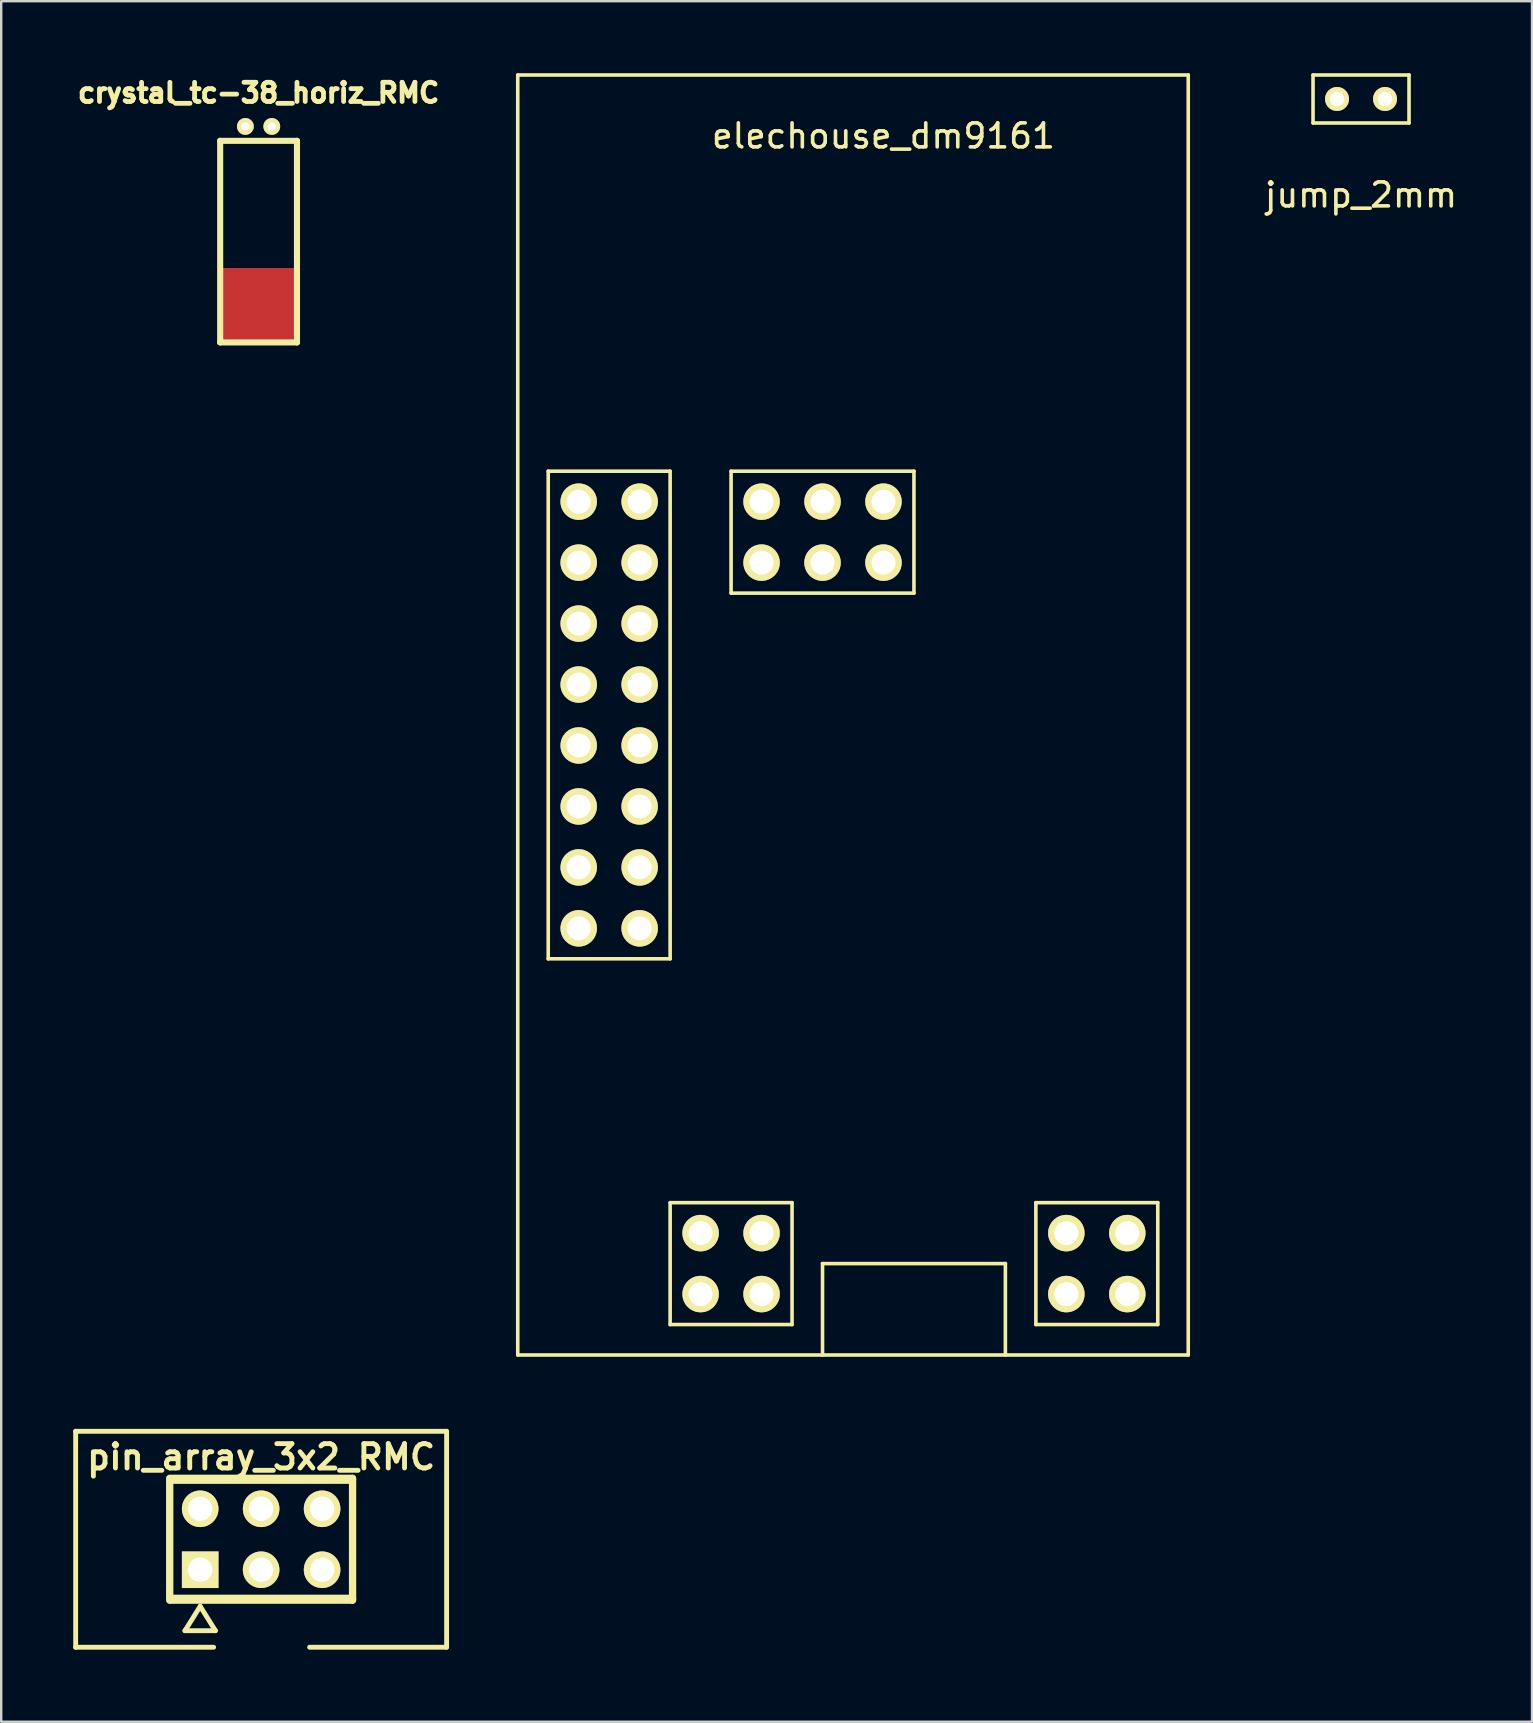
<source format=kicad_pcb>
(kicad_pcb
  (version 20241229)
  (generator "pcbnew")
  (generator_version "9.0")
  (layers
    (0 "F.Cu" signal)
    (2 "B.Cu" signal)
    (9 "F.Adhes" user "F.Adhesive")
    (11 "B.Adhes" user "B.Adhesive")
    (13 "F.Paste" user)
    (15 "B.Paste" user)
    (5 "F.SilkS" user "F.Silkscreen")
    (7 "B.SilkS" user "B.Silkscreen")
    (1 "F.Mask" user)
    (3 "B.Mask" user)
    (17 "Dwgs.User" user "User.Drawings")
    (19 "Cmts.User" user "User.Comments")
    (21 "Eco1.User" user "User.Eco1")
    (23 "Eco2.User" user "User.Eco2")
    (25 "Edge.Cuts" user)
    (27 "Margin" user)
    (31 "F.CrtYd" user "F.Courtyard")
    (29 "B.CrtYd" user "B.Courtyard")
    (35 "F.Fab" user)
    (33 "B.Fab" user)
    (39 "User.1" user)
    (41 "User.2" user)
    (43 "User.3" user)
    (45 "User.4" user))
  (footprint "jump_2mm"
    (layer "F.Cu")
    (at 53.665 1.075)
    (property "Reference" "jump_2mm" (at 0 4 0) (layer "F.SilkS") (effects (font (size 1 1) (thickness 0.15))))
    (attr through_hole)
    (fp_line (start -2 -1) (end -2 1) (stroke (width 0.15) (type solid)) (layer "F.SilkS"))
    (fp_line (start -2 1) (end 2 1) (stroke (width 0.15) (type solid)) (layer "F.SilkS"))
    (fp_line (start 2 -1) (end -2 -1) (stroke (width 0.15) (type solid)) (layer "F.SilkS"))
    (fp_line (start 2 1) (end 2 -1) (stroke (width 0.15) (type solid)) (layer "F.SilkS"))
    (pad "1" thru_hole circle (at -1 0) (size 1 1) (drill 0.6) (layers "*.Cu" "*.Mask" "F.SilkS"))
    (pad "2" thru_hole circle (at 1 0) (size 1 1) (drill 0.6) (layers "*.Cu" "*.Mask" "F.SilkS")))
  (footprint "crystal_tc-38_horiz_RMC"
    (layer "F.Cu")
    (at 7.725 6.619)
    (property "Reference" "crystal_tc-38_horiz_RMC" (at 0 -5.8 0) (layer "F.SilkS") (effects (font (size 0.8 0.8) (thickness 0.2))))
    (attr through_hole)
    (fp_line (start -1.6 -3.8) (end -1.6 4.6) (stroke (width 0.254) (type solid)) (layer "F.SilkS"))
    (fp_line (start -1.6 -3.8) (end 1.6 -3.8) (stroke (width 0.254) (type solid)) (layer "F.SilkS"))
    (fp_line (start -1.6 4.6) (end 1.6 4.6) (stroke (width 0.254) (type solid)) (layer "F.SilkS"))
    (fp_line (start 1.6 -3.8) (end 1.6 4.6) (stroke (width 0.254) (type solid)) (layer "F.SilkS"))
    (pad "" smd rect (at 0 3) (size 3 3) (layers "F.Cu" "F.Mask" "F.Paste"))
    (pad "1" thru_hole circle (at -0.55 -4.4) (size 0.7 0.7) (drill 0.35) (layers "*.Cu" "*.Mask" "F.SilkS"))
    (pad "2" thru_hole circle (at 0.55 -4.4) (size 0.7 0.7) (drill 0.35) (layers "*.Cu" "*.Mask" "F.SilkS")))
  (footprint "elechouse_dm9161"
    (layer "F.Cu")
    (at 21.065 50.875)
    (property "Reference" "elechouse_dm9161" (at 12.7 -48.26 0) (layer "F.SilkS") (effects (font (size 1 1) (thickness 0.15))))
    (attr through_hole)
    (fp_line (start -2.54 -50.8) (end -2.54 2.54) (stroke (width 0.15) (type solid)) (layer "F.SilkS"))
    (fp_line (start -2.54 2.54) (end 25.4 2.54) (stroke (width 0.15) (type solid)) (layer "F.SilkS"))
    (fp_line (start -1.27 -34.29) (end -1.27 -13.97) (stroke (width 0.15) (type solid)) (layer "F.SilkS"))
    (fp_line (start -1.27 -13.97) (end 3.81 -13.97) (stroke (width 0.15) (type solid)) (layer "F.SilkS"))
    (fp_line (start 3.81 -34.29) (end -1.27 -34.29) (stroke (width 0.15) (type solid)) (layer "F.SilkS"))
    (fp_line (start 3.81 -13.97) (end 3.81 -34.29) (stroke (width 0.15) (type solid)) (layer "F.SilkS"))
    (fp_line (start 3.81 -3.81) (end 3.81 1.27) (stroke (width 0.15) (type solid)) (layer "F.SilkS"))
    (fp_line (start 3.81 1.27) (end 8.89 1.27) (stroke (width 0.15) (type solid)) (layer "F.SilkS"))
    (fp_line (start 6.35 -34.29) (end 13.97 -34.29) (stroke (width 0.15) (type solid)) (layer "F.SilkS"))
    (fp_line (start 6.35 -29.21) (end 6.35 -34.29) (stroke (width 0.15) (type solid)) (layer "F.SilkS"))
    (fp_line (start 8.89 -3.81) (end 3.81 -3.81) (stroke (width 0.15) (type solid)) (layer "F.SilkS"))
    (fp_line (start 8.89 1.27) (end 8.89 -3.81) (stroke (width 0.15) (type solid)) (layer "F.SilkS"))
    (fp_line (start 10.16 -1.27) (end 17.78 -1.27) (stroke (width 0.15) (type solid)) (layer "F.SilkS"))
    (fp_line (start 10.16 2.54) (end 10.16 -1.27) (stroke (width 0.15) (type solid)) (layer "F.SilkS"))
    (fp_line (start 13.97 -34.29) (end 13.97 -29.21) (stroke (width 0.15) (type solid)) (layer "F.SilkS"))
    (fp_line (start 13.97 -29.21) (end 6.35 -29.21) (stroke (width 0.15) (type solid)) (layer "F.SilkS"))
    (fp_line (start 17.78 -1.27) (end 17.78 2.54) (stroke (width 0.15) (type solid)) (layer "F.SilkS"))
    (fp_line (start 19.05 -3.81) (end 24.13 -3.81) (stroke (width 0.15) (type solid)) (layer "F.SilkS"))
    (fp_line (start 19.05 1.27) (end 19.05 -3.81) (stroke (width 0.15) (type solid)) (layer "F.SilkS"))
    (fp_line (start 24.13 -3.81) (end 24.13 1.27) (stroke (width 0.15) (type solid)) (layer "F.SilkS"))
    (fp_line (start 24.13 1.27) (end 19.05 1.27) (stroke (width 0.15) (type solid)) (layer "F.SilkS"))
    (fp_line (start 25.4 -50.8) (end -2.54 -50.8) (stroke (width 0.15) (type solid)) (layer "F.SilkS"))
    (fp_line (start 25.4 2.54) (end 25.4 -50.8) (stroke (width 0.15) (type solid)) (layer "F.SilkS"))
    (pad "1" thru_hole circle (at 5.08 0) (size 1.52 1.52) (drill 1) (layers "*.Cu" "*.Mask" "F.SilkS"))
    (pad "2" thru_hole circle (at 5.08 -2.54) (size 1.52 1.52) (drill 1) (layers "*.Cu" "*.Mask" "F.SilkS"))
    (pad "3" thru_hole circle (at 7.62 0) (size 1.52 1.52) (drill 1) (layers "*.Cu" "*.Mask" "F.SilkS"))
    (pad "4" thru_hole circle (at 7.62 -2.54) (size 1.52 1.52) (drill 1) (layers "*.Cu" "*.Mask" "F.SilkS"))
    (pad "5" thru_hole circle (at 20.32 0) (size 1.52 1.52) (drill 1) (layers "*.Cu" "*.Mask" "F.SilkS"))
    (pad "6" thru_hole circle (at 20.32 -2.54) (size 1.52 1.52) (drill 1) (layers "*.Cu" "*.Mask" "F.SilkS"))
    (pad "7" thru_hole circle (at 22.86 0) (size 1.52 1.52) (drill 1) (layers "*.Cu" "*.Mask" "F.SilkS"))
    (pad "8" thru_hole circle (at 22.86 -2.54) (size 1.52 1.52) (drill 1) (layers "*.Cu" "*.Mask" "F.SilkS"))
    (pad "9" thru_hole circle (at 2.54 -15.24) (size 1.52 1.52) (drill 1) (layers "*.Cu" "*.Mask" "F.SilkS"))
    (pad "10" thru_hole circle (at 0 -15.24) (size 1.52 1.52) (drill 1) (layers "*.Cu" "*.Mask" "F.SilkS"))
    (pad "11" thru_hole circle (at 2.54 -17.78) (size 1.52 1.52) (drill 1) (layers "*.Cu" "*.Mask" "F.SilkS"))
    (pad "12" thru_hole circle (at 0 -17.78) (size 1.52 1.52) (drill 1) (layers "*.Cu" "*.Mask" "F.SilkS"))
    (pad "13" thru_hole circle (at 2.54 -20.32) (size 1.52 1.52) (drill 1) (layers "*.Cu" "*.Mask" "F.SilkS"))
    (pad "14" thru_hole circle (at 0 -20.32) (size 1.52 1.52) (drill 1) (layers "*.Cu" "*.Mask" "F.SilkS"))
    (pad "15" thru_hole circle (at 2.54 -22.86) (size 1.52 1.52) (drill 1) (layers "*.Cu" "*.Mask" "F.SilkS"))
    (pad "16" thru_hole circle (at 0 -22.86) (size 1.52 1.52) (drill 1) (layers "*.Cu" "*.Mask" "F.SilkS"))
    (pad "17" thru_hole circle (at 2.54 -25.4) (size 1.52 1.52) (drill 1) (layers "*.Cu" "*.Mask" "F.SilkS"))
    (pad "18" thru_hole circle (at 0 -25.4) (size 1.52 1.52) (drill 1) (layers "*.Cu" "*.Mask" "F.SilkS"))
    (pad "19" thru_hole circle (at 2.54 -27.94) (size 1.52 1.52) (drill 1) (layers "*.Cu" "*.Mask" "F.SilkS"))
    (pad "20" thru_hole circle (at 0 -27.94) (size 1.52 1.52) (drill 1) (layers "*.Cu" "*.Mask" "F.SilkS"))
    (pad "21" thru_hole circle (at 2.54 -30.48) (size 1.52 1.52) (drill 1) (layers "*.Cu" "*.Mask" "F.SilkS"))
    (pad "22" thru_hole circle (at 0 -30.48) (size 1.52 1.52) (drill 1) (layers "*.Cu" "*.Mask" "F.SilkS"))
    (pad "23" thru_hole circle (at 2.54 -33.02) (size 1.52 1.52) (drill 1) (layers "*.Cu" "*.Mask" "F.SilkS"))
    (pad "24" thru_hole circle (at 0 -33.02) (size 1.52 1.52) (drill 1) (layers "*.Cu" "*.Mask" "F.SilkS"))
    (pad "25" thru_hole circle (at 12.7 -33.02) (size 1.52 1.52) (drill 1) (layers "*.Cu" "*.Mask" "F.SilkS"))
    (pad "26" thru_hole circle (at 12.7 -30.48) (size 1.52 1.52) (drill 1) (layers "*.Cu" "*.Mask" "F.SilkS"))
    (pad "27" thru_hole circle (at 10.16 -33.02) (size 1.52 1.52) (drill 1) (layers "*.Cu" "*.Mask" "F.SilkS"))
    (pad "28" thru_hole circle (at 10.16 -30.48) (size 1.52 1.52) (drill 1) (layers "*.Cu" "*.Mask" "F.SilkS"))
    (pad "29" thru_hole circle (at 7.62 -33.02) (size 1.52 1.52) (drill 1) (layers "*.Cu" "*.Mask" "F.SilkS"))
    (pad "30" thru_hole circle (at 7.62 -30.48) (size 1.52 1.52) (drill 1) (layers "*.Cu" "*.Mask" "F.SilkS")))
  (footprint "pin_array_3x2_RMC"
    (layer "F.Cu")
    (at 7.832 61.092)
    (property "Reference" "pin_array_3x2_RMC" (at 0 -3.429 0) (layer "F.SilkS") (effects (font (size 1.016 1.016) (thickness 0.203))))
    (attr through_hole)
    (fp_line (start -7.73 4.5) (end -1.98 4.5) (stroke (width 0.203) (type solid)) (layer "F.SilkS"))
    (fp_line (start -7.729 4.501) (end -7.729 -4.501) (stroke (width 0.203) (type solid)) (layer "F.SilkS"))
    (fp_line (start -3.81 2.54) (end -3.81 -2.54) (stroke (width 0.305) (type solid)) (layer "F.SilkS"))
    (fp_line (start -3.73 2.5) (end 3.77 2.5) (stroke (width 0.381) (type solid)) (layer "F.SilkS"))
    (fp_line (start -3.175 3.81) (end -2.54 2.794) (stroke (width 0.203) (type solid)) (layer "F.SilkS"))
    (fp_line (start -3.175 3.81) (end -1.905 3.81) (stroke (width 0.203) (type solid)) (layer "F.SilkS"))
    (fp_line (start -2.54 2.794) (end -1.905 3.81) (stroke (width 0.203) (type solid)) (layer "F.SilkS"))
    (fp_line (start 3.77 -2.5) (end -3.73 -2.5) (stroke (width 0.381) (type solid)) (layer "F.SilkS"))
    (fp_line (start 3.81 -2.54) (end 3.81 2.54) (stroke (width 0.305) (type solid)) (layer "F.SilkS"))
    (fp_line (start 7.72 -4.5) (end -7.73 -4.5) (stroke (width 0.203) (type solid)) (layer "F.SilkS"))
    (fp_line (start 7.72 4.5) (end 2.02 4.5) (stroke (width 0.203) (type solid)) (layer "F.SilkS"))
    (fp_line (start 7.729 -4.501) (end 7.729 4.501) (stroke (width 0.203) (type solid)) (layer "F.SilkS"))
    (pad "1" thru_hole rect (at -2.54 1.27) (size 1.524 1.524) (drill 1.016) (layers "*.Cu" "*.Mask" "F.SilkS"))
    (pad "2" thru_hole circle (at -2.54 -1.27) (size 1.524 1.524) (drill 1.016) (layers "*.Cu" "*.Mask" "F.SilkS"))
    (pad "3" thru_hole circle (at 0 1.27) (size 1.524 1.524) (drill 1.016) (layers "*.Cu" "*.Mask" "F.SilkS"))
    (pad "4" thru_hole circle (at 0 -1.27) (size 1.524 1.524) (drill 1.016) (layers "*.Cu" "*.Mask" "F.SilkS"))
    (pad "5" thru_hole circle (at 2.54 1.27) (size 1.524 1.524) (drill 1.016) (layers "*.Cu" "*.Mask" "F.SilkS"))
    (pad "6" thru_hole circle (at 2.54 -1.27) (size 1.524 1.524) (drill 1.016) (layers "*.Cu" "*.Mask" "F.SilkS")))
  (gr_rect
    (start -3 -3)
    (end 60.79 68.695)
    (stroke (width 0.1) (type default))
    (fill no)
    (layer "Edge.Cuts")))
</source>
